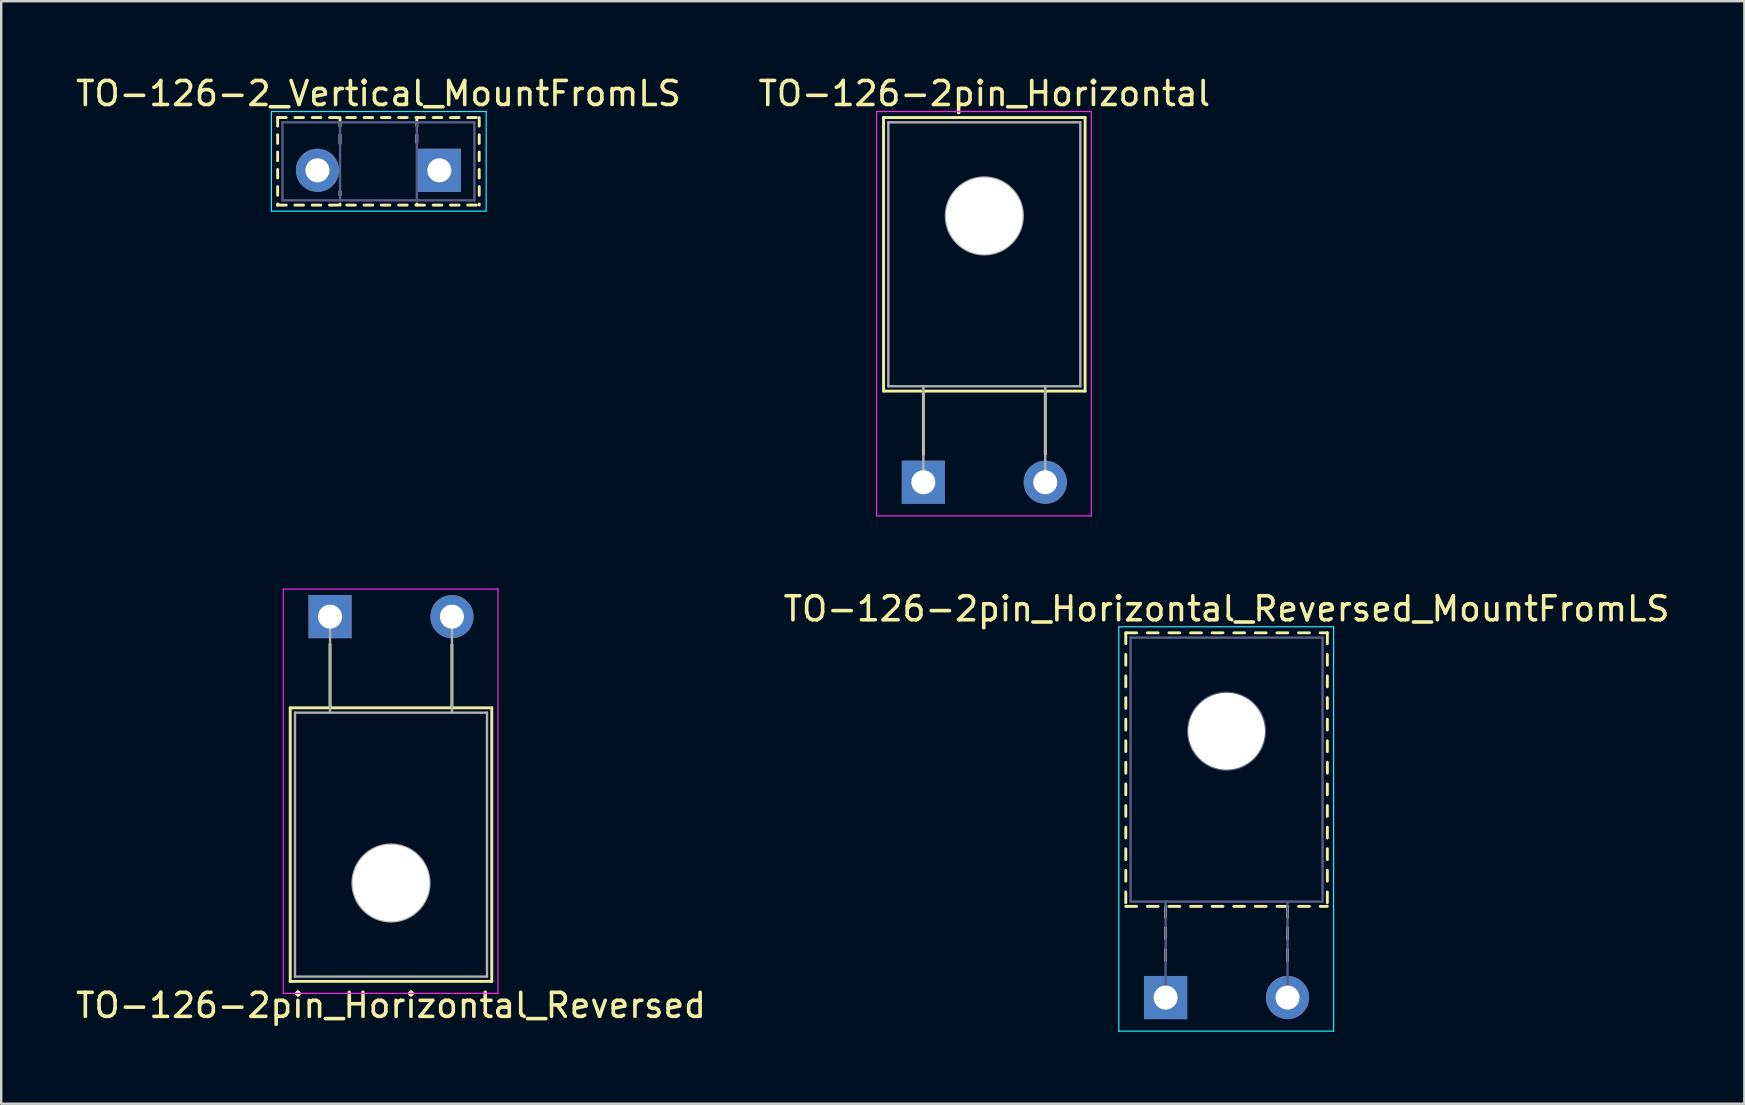
<source format=kicad_pcb>
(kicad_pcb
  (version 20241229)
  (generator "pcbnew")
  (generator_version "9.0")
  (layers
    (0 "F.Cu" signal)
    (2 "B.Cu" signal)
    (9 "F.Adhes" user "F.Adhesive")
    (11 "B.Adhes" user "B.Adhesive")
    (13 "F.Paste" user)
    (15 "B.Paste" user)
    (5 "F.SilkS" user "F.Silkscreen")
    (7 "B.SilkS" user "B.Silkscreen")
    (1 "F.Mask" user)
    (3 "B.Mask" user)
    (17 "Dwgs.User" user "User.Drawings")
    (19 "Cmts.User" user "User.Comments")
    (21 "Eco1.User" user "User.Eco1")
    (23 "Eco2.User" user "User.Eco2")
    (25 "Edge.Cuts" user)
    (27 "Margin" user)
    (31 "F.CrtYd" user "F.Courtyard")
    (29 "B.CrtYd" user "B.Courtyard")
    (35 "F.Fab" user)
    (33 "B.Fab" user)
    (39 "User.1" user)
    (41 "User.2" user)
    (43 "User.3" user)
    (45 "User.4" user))
  (footprint "TO-126-2_Vertical_MountFromLS"
    (layer "F.Cu")
    (at 15.26 4.048)
    (property "Reference" "TO-126-2_Vertical_MountFromLS" (at -2.54 -3.2 0) (layer "F.SilkS") (effects (font (size 1 1) (thickness 0.15))))
    (attr through_hole)
    (fp_line (start -6.74 -2.2) (end -6.74 -1.841) (stroke (width 0.12) (type solid)) (layer "F.SilkS"))
    (fp_line (start -6.74 -2.2) (end -6.38 -2.2) (stroke (width 0.12) (type solid)) (layer "F.SilkS"))
    (fp_line (start -6.74 -1.481) (end -6.74 -1.121) (stroke (width 0.12) (type solid)) (layer "F.SilkS"))
    (fp_line (start -6.74 -0.761) (end -6.74 -0.401) (stroke (width 0.12) (type solid)) (layer "F.SilkS"))
    (fp_line (start -6.74 -0.041) (end -6.74 0.32) (stroke (width 0.12) (type solid)) (layer "F.SilkS"))
    (fp_line (start -6.74 0.68) (end -6.74 1.04) (stroke (width 0.12) (type solid)) (layer "F.SilkS"))
    (fp_line (start -6.74 1.4) (end -6.74 1.45) (stroke (width 0.12) (type solid)) (layer "F.SilkS"))
    (fp_line (start -6.74 1.45) (end -6.38 1.45) (stroke (width 0.12) (type solid)) (layer "F.SilkS"))
    (fp_line (start -6.02 -2.2) (end -5.66 -2.2) (stroke (width 0.12) (type solid)) (layer "F.SilkS"))
    (fp_line (start -6.02 1.45) (end -5.66 1.45) (stroke (width 0.12) (type solid)) (layer "F.SilkS"))
    (fp_line (start -5.3 -2.2) (end -4.939 -2.2) (stroke (width 0.12) (type solid)) (layer "F.SilkS"))
    (fp_line (start -5.3 1.45) (end -4.939 1.45) (stroke (width 0.12) (type solid)) (layer "F.SilkS"))
    (fp_line (start -4.579 -2.2) (end -4.219 -2.2) (stroke (width 0.12) (type solid)) (layer "F.SilkS"))
    (fp_line (start -4.579 1.45) (end -4.219 1.45) (stroke (width 0.12) (type solid)) (layer "F.SilkS"))
    (fp_line (start -4.14 -2.2) (end -4.14 -1.841) (stroke (width 0.12) (type solid)) (layer "F.SilkS"))
    (fp_line (start -4.14 -1.481) (end -4.14 -1.121) (stroke (width 0.12) (type solid)) (layer "F.SilkS"))
    (fp_line (start -4.14 0.878) (end -4.14 1.04) (stroke (width 0.12) (type solid)) (layer "F.SilkS"))
    (fp_line (start -4.14 1.4) (end -4.14 1.45) (stroke (width 0.12) (type solid)) (layer "F.SilkS"))
    (fp_line (start -3.859 -2.2) (end -3.5 -2.2) (stroke (width 0.12) (type solid)) (layer "F.SilkS"))
    (fp_line (start -3.859 1.45) (end -3.5 1.45) (stroke (width 0.12) (type solid)) (layer "F.SilkS"))
    (fp_line (start -3.14 -2.2) (end -2.78 -2.2) (stroke (width 0.12) (type solid)) (layer "F.SilkS"))
    (fp_line (start -3.14 1.45) (end -2.78 1.45) (stroke (width 0.12) (type solid)) (layer "F.SilkS"))
    (fp_line (start -2.42 -2.2) (end -2.06 -2.2) (stroke (width 0.12) (type solid)) (layer "F.SilkS"))
    (fp_line (start -2.42 1.45) (end -2.06 1.45) (stroke (width 0.12) (type solid)) (layer "F.SilkS"))
    (fp_line (start -1.7 -2.2) (end -1.34 -2.2) (stroke (width 0.12) (type solid)) (layer "F.SilkS"))
    (fp_line (start -1.7 1.45) (end -1.34 1.45) (stroke (width 0.12) (type solid)) (layer "F.SilkS"))
    (fp_line (start -0.98 -2.2) (end -0.62 -2.2) (stroke (width 0.12) (type solid)) (layer "F.SilkS"))
    (fp_line (start -0.98 1.45) (end -0.62 1.45) (stroke (width 0.12) (type solid)) (layer "F.SilkS"))
    (fp_line (start -0.939 -2.2) (end -0.939 -1.841) (stroke (width 0.12) (type solid)) (layer "F.SilkS"))
    (fp_line (start -0.939 -1.481) (end -0.939 -1.15) (stroke (width 0.12) (type solid)) (layer "F.SilkS"))
    (fp_line (start -0.939 1.4) (end -0.939 1.45) (stroke (width 0.12) (type solid)) (layer "F.SilkS"))
    (fp_line (start -0.26 -2.2) (end 0.101 -2.2) (stroke (width 0.12) (type solid)) (layer "F.SilkS"))
    (fp_line (start -0.26 1.45) (end 0.101 1.45) (stroke (width 0.12) (type solid)) (layer "F.SilkS"))
    (fp_line (start 0.461 -2.2) (end 0.821 -2.2) (stroke (width 0.12) (type solid)) (layer "F.SilkS"))
    (fp_line (start 0.461 1.45) (end 0.821 1.45) (stroke (width 0.12) (type solid)) (layer "F.SilkS"))
    (fp_line (start 1.181 -2.2) (end 1.541 -2.2) (stroke (width 0.12) (type solid)) (layer "F.SilkS"))
    (fp_line (start 1.181 1.45) (end 1.541 1.45) (stroke (width 0.12) (type solid)) (layer "F.SilkS"))
    (fp_line (start 1.66 -2.2) (end 1.66 -1.841) (stroke (width 0.12) (type solid)) (layer "F.SilkS"))
    (fp_line (start 1.66 -1.481) (end 1.66 -1.121) (stroke (width 0.12) (type solid)) (layer "F.SilkS"))
    (fp_line (start 1.66 -0.761) (end 1.66 -0.401) (stroke (width 0.12) (type solid)) (layer "F.SilkS"))
    (fp_line (start 1.66 -0.041) (end 1.66 0.32) (stroke (width 0.12) (type solid)) (layer "F.SilkS"))
    (fp_line (start 1.66 0.68) (end 1.66 1.04) (stroke (width 0.12) (type solid)) (layer "F.SilkS"))
    (fp_line (start 1.66 1.4) (end 1.66 1.45) (stroke (width 0.12) (type solid)) (layer "F.SilkS"))
    (fp_line (start -7 -2.45) (end -7 1.7) (stroke (width 0.05) (type solid)) (layer "B.CrtYd"))
    (fp_line (start -7 1.7) (end 1.95 1.7) (stroke (width 0.05) (type solid)) (layer "B.CrtYd"))
    (fp_line (start 1.95 -2.45) (end -7 -2.45) (stroke (width 0.05) (type solid)) (layer "B.CrtYd"))
    (fp_line (start 1.95 1.7) (end 1.95 -2.45) (stroke (width 0.05) (type solid)) (layer "B.CrtYd"))
    (fp_line (start -6.54 -2) (end -6.54 1.25) (stroke (width 0.1) (type solid)) (layer "B.Fab"))
    (fp_line (start -6.54 1.25) (end 1.46 1.25) (stroke (width 0.1) (type solid)) (layer "B.Fab"))
    (fp_line (start -4.14 -2) (end -4.14 1.25) (stroke (width 0.1) (type solid)) (layer "B.Fab"))
    (fp_line (start -0.94 -2) (end -0.94 1.25) (stroke (width 0.1) (type solid)) (layer "B.Fab"))
    (fp_line (start 1.46 -2) (end -6.54 -2) (stroke (width 0.1) (type solid)) (layer "B.Fab"))
    (fp_line (start 1.46 1.25) (end 1.46 -2) (stroke (width 0.1) (type solid)) (layer "B.Fab"))
    (pad "1" thru_hole rect (at 0 0) (size 1.8 1.8) (drill 1) (layers "*.Cu" "*.Mask"))
    (pad "2" thru_hole oval (at -5.08 0) (size 1.8 1.8) (drill 1) (layers "*.Cu" "*.Mask")))
  (footprint "TO-126-2pin_Horizontal"
    (layer "F.Cu")
    (at 35.43 17.048)
    (property "Reference" "TO-126-2pin_Horizontal" (at 2.54 -16.2 0) (layer "F.SilkS") (effects (font (size 1 1) (thickness 0.15))))
    (attr through_hole)
    (fp_line (start -1.66 -15.2) (end -1.66 -3.8) (stroke (width 0.12) (type solid)) (layer "F.SilkS"))
    (fp_line (start -1.66 -15.2) (end 6.74 -15.2) (stroke (width 0.12) (type solid)) (layer "F.SilkS"))
    (fp_line (start -1.66 -3.8) (end 6.74 -3.8) (stroke (width 0.12) (type solid)) (layer "F.SilkS"))
    (fp_line (start 0 -3.8) (end 0 -1.15) (stroke (width 0.12) (type solid)) (layer "F.SilkS"))
    (fp_line (start 5.08 -3.8) (end 5.08 -1.165) (stroke (width 0.12) (type solid)) (layer "F.SilkS"))
    (fp_line (start 6.74 -15.2) (end 6.74 -3.8) (stroke (width 0.12) (type solid)) (layer "F.SilkS"))
    (fp_line (start -1.95 -15.45) (end -1.95 1.4) (stroke (width 0.05) (type solid)) (layer "F.CrtYd"))
    (fp_line (start -1.95 1.4) (end 7 1.4) (stroke (width 0.05) (type solid)) (layer "F.CrtYd"))
    (fp_line (start 7 -15.45) (end -1.95 -15.45) (stroke (width 0.05) (type solid)) (layer "F.CrtYd"))
    (fp_line (start 7 1.4) (end 7 -15.45) (stroke (width 0.05) (type solid)) (layer "F.CrtYd"))
    (fp_line (start -1.46 -15) (end 6.54 -15) (stroke (width 0.1) (type solid)) (layer "F.Fab"))
    (fp_line (start -1.46 -4) (end -1.46 -15) (stroke (width 0.1) (type solid)) (layer "F.Fab"))
    (fp_line (start 0 -4) (end 0 0) (stroke (width 0.1) (type solid)) (layer "F.Fab"))
    (fp_line (start 5.08 -4) (end 5.08 0) (stroke (width 0.1) (type solid)) (layer "F.Fab"))
    (fp_line (start 6.54 -15) (end 6.54 -4) (stroke (width 0.1) (type solid)) (layer "F.Fab"))
    (fp_line (start 6.54 -4) (end -1.46 -4) (stroke (width 0.1) (type solid)) (layer "F.Fab"))
    (fp_circle (center 2.54 -11.1) (end 4.14 -11.1) (stroke (width 0.1) (type solid)) (fill no) (layer "F.Fab"))
    (pad "" np_thru_hole oval (at 2.54 -11.1) (size 3.2 3.2) (drill 3.2) (layers "*.Cu" "*.Mask"))
    (pad "1" thru_hole rect (at 0 0) (size 1.8 1.8) (drill 1) (layers "*.Cu" "*.Mask"))
    (pad "2" thru_hole oval (at 5.08 0) (size 1.8 1.8) (drill 1) (layers "*.Cu" "*.Mask")))
  (footprint "TO-126-2pin_Horizontal_Reversed"
    (layer "F.Cu")
    (at 10.704 22.648)
    (property "Reference" "TO-126-2pin_Horizontal_Reversed" (at 2.54 16.2 0) (layer "F.SilkS") (effects (font (size 1 1) (thickness 0.15))))
    (attr through_hole)
    (fp_line (start -1.66 3.8) (end -1.66 15.2) (stroke (width 0.12) (type solid)) (layer "F.SilkS"))
    (fp_line (start -1.66 3.8) (end 6.74 3.8) (stroke (width 0.12) (type solid)) (layer "F.SilkS"))
    (fp_line (start -1.66 15.2) (end 6.74 15.2) (stroke (width 0.12) (type solid)) (layer "F.SilkS"))
    (fp_line (start 0 1.15) (end 0 3.8) (stroke (width 0.12) (type solid)) (layer "F.SilkS"))
    (fp_line (start 5.08 1.165) (end 5.08 3.8) (stroke (width 0.12) (type solid)) (layer "F.SilkS"))
    (fp_line (start 6.74 3.8) (end 6.74 15.2) (stroke (width 0.12) (type solid)) (layer "F.SilkS"))
    (fp_line (start -1.95 -1.15) (end -1.95 15.7) (stroke (width 0.05) (type solid)) (layer "F.CrtYd"))
    (fp_line (start -1.95 15.7) (end 7 15.7) (stroke (width 0.05) (type solid)) (layer "F.CrtYd"))
    (fp_line (start 7 -1.15) (end -1.95 -1.15) (stroke (width 0.05) (type solid)) (layer "F.CrtYd"))
    (fp_line (start 7 15.7) (end 7 -1.15) (stroke (width 0.05) (type solid)) (layer "F.CrtYd"))
    (fp_line (start -1.46 4) (end -1.46 15) (stroke (width 0.1) (type solid)) (layer "F.Fab"))
    (fp_line (start -1.46 15) (end 6.54 15) (stroke (width 0.1) (type solid)) (layer "F.Fab"))
    (fp_line (start 0 4) (end 0 0) (stroke (width 0.1) (type solid)) (layer "F.Fab"))
    (fp_line (start 5.08 4) (end 5.08 0) (stroke (width 0.1) (type solid)) (layer "F.Fab"))
    (fp_line (start 6.54 4) (end -1.46 4) (stroke (width 0.1) (type solid)) (layer "F.Fab"))
    (fp_line (start 6.54 15) (end 6.54 4) (stroke (width 0.1) (type solid)) (layer "F.Fab"))
    (fp_circle (center 2.54 11.1) (end 4.14 11.1) (stroke (width 0.1) (type solid)) (fill no) (layer "F.Fab"))
    (pad "" np_thru_hole oval (at 2.54 11.1) (size 3.2 3.2) (drill 3.2) (layers "*.Cu" "*.Mask"))
    (pad "1" thru_hole rect (at 0 0) (size 1.8 1.8) (drill 1) (layers "*.Cu" "*.Mask"))
    (pad "2" thru_hole oval (at 5.08 0) (size 1.8 1.8) (drill 1) (layers "*.Cu" "*.Mask")))
  (footprint "TO-126-2pin_Horizontal_Reversed_MountFromLS"
    (layer "F.Cu")
    (at 45.525 38.522)
    (property "Reference" "TO-126-2pin_Horizontal_Reversed_MountFromLS" (at 2.54 -16.2 0) (layer "F.SilkS") (effects (font (size 1 1) (thickness 0.15))))
    (attr through_hole)
    (fp_line (start -1.66 -15.2) (end -1.66 -14.75) (stroke (width 0.12) (type solid)) (layer "F.SilkS"))
    (fp_line (start -1.66 -15.2) (end -1.21 -15.2) (stroke (width 0.12) (type solid)) (layer "F.SilkS"))
    (fp_line (start -1.66 -14.3) (end -1.66 -13.851) (stroke (width 0.12) (type solid)) (layer "F.SilkS"))
    (fp_line (start -1.66 -13.401) (end -1.66 -12.951) (stroke (width 0.12) (type solid)) (layer "F.SilkS"))
    (fp_line (start -1.66 -12.501) (end -1.66 -12.051) (stroke (width 0.12) (type solid)) (layer "F.SilkS"))
    (fp_line (start -1.66 -11.601) (end -1.66 -11.151) (stroke (width 0.12) (type solid)) (layer "F.SilkS"))
    (fp_line (start -1.66 -10.701) (end -1.66 -10.251) (stroke (width 0.12) (type solid)) (layer "F.SilkS"))
    (fp_line (start -1.66 -9.801) (end -1.66 -9.351) (stroke (width 0.12) (type solid)) (layer "F.SilkS"))
    (fp_line (start -1.66 -8.901) (end -1.66 -8.451) (stroke (width 0.12) (type solid)) (layer "F.SilkS"))
    (fp_line (start -1.66 -8.001) (end -1.66 -7.551) (stroke (width 0.12) (type solid)) (layer "F.SilkS"))
    (fp_line (start -1.66 -7.101) (end -1.66 -6.651) (stroke (width 0.12) (type solid)) (layer "F.SilkS"))
    (fp_line (start -1.66 -6.201) (end -1.66 -5.751) (stroke (width 0.12) (type solid)) (layer "F.SilkS"))
    (fp_line (start -1.66 -5.301) (end -1.66 -4.851) (stroke (width 0.12) (type solid)) (layer "F.SilkS"))
    (fp_line (start -1.66 -4.401) (end -1.66 -3.951) (stroke (width 0.12) (type solid)) (layer "F.SilkS"))
    (fp_line (start -1.66 -3.8) (end -1.21 -3.8) (stroke (width 0.12) (type solid)) (layer "F.SilkS"))
    (fp_line (start -0.76 -15.2) (end -0.311 -15.2) (stroke (width 0.12) (type solid)) (layer "F.SilkS"))
    (fp_line (start -0.76 -3.8) (end -0.311 -3.8) (stroke (width 0.12) (type solid)) (layer "F.SilkS"))
    (fp_line (start 0 -3.8) (end 0 -3.35) (stroke (width 0.12) (type solid)) (layer "F.SilkS"))
    (fp_line (start 0 -2.9) (end 0 -2.45) (stroke (width 0.12) (type solid)) (layer "F.SilkS"))
    (fp_line (start 0 -2) (end 0 -1.55) (stroke (width 0.12) (type solid)) (layer "F.SilkS"))
    (fp_line (start 0.14 -15.2) (end 0.59 -15.2) (stroke (width 0.12) (type solid)) (layer "F.SilkS"))
    (fp_line (start 0.14 -3.8) (end 0.59 -3.8) (stroke (width 0.12) (type solid)) (layer "F.SilkS"))
    (fp_line (start 1.04 -15.2) (end 1.49 -15.2) (stroke (width 0.12) (type solid)) (layer "F.SilkS"))
    (fp_line (start 1.04 -3.8) (end 1.49 -3.8) (stroke (width 0.12) (type solid)) (layer "F.SilkS"))
    (fp_line (start 1.94 -15.2) (end 2.39 -15.2) (stroke (width 0.12) (type solid)) (layer "F.SilkS"))
    (fp_line (start 1.94 -3.8) (end 2.39 -3.8) (stroke (width 0.12) (type solid)) (layer "F.SilkS"))
    (fp_line (start 2.84 -15.2) (end 3.29 -15.2) (stroke (width 0.12) (type solid)) (layer "F.SilkS"))
    (fp_line (start 2.84 -3.8) (end 3.29 -3.8) (stroke (width 0.12) (type solid)) (layer "F.SilkS"))
    (fp_line (start 3.74 -15.2) (end 4.19 -15.2) (stroke (width 0.12) (type solid)) (layer "F.SilkS"))
    (fp_line (start 3.74 -3.8) (end 4.19 -3.8) (stroke (width 0.12) (type solid)) (layer "F.SilkS"))
    (fp_line (start 4.641 -15.2) (end 5.091 -15.2) (stroke (width 0.12) (type solid)) (layer "F.SilkS"))
    (fp_line (start 4.641 -3.8) (end 5.091 -3.8) (stroke (width 0.12) (type solid)) (layer "F.SilkS"))
    (fp_line (start 5.08 -3.8) (end 5.08 -3.35) (stroke (width 0.12) (type solid)) (layer "F.SilkS"))
    (fp_line (start 5.08 -2.9) (end 5.08 -2.45) (stroke (width 0.12) (type solid)) (layer "F.SilkS"))
    (fp_line (start 5.08 -2) (end 5.08 -1.55) (stroke (width 0.12) (type solid)) (layer "F.SilkS"))
    (fp_line (start 5.541 -15.2) (end 5.991 -15.2) (stroke (width 0.12) (type solid)) (layer "F.SilkS"))
    (fp_line (start 5.541 -3.8) (end 5.991 -3.8) (stroke (width 0.12) (type solid)) (layer "F.SilkS"))
    (fp_line (start 6.441 -15.2) (end 6.74 -15.2) (stroke (width 0.12) (type solid)) (layer "F.SilkS"))
    (fp_line (start 6.441 -3.8) (end 6.74 -3.8) (stroke (width 0.12) (type solid)) (layer "F.SilkS"))
    (fp_line (start 6.74 -15.2) (end 6.74 -14.75) (stroke (width 0.12) (type solid)) (layer "F.SilkS"))
    (fp_line (start 6.74 -14.3) (end 6.74 -13.851) (stroke (width 0.12) (type solid)) (layer "F.SilkS"))
    (fp_line (start 6.74 -13.401) (end 6.74 -12.951) (stroke (width 0.12) (type solid)) (layer "F.SilkS"))
    (fp_line (start 6.74 -12.501) (end 6.74 -12.051) (stroke (width 0.12) (type solid)) (layer "F.SilkS"))
    (fp_line (start 6.74 -11.601) (end 6.74 -11.151) (stroke (width 0.12) (type solid)) (layer "F.SilkS"))
    (fp_line (start 6.74 -10.701) (end 6.74 -10.251) (stroke (width 0.12) (type solid)) (layer "F.SilkS"))
    (fp_line (start 6.74 -9.801) (end 6.74 -9.351) (stroke (width 0.12) (type solid)) (layer "F.SilkS"))
    (fp_line (start 6.74 -8.901) (end 6.74 -8.451) (stroke (width 0.12) (type solid)) (layer "F.SilkS"))
    (fp_line (start 6.74 -8.001) (end 6.74 -7.551) (stroke (width 0.12) (type solid)) (layer "F.SilkS"))
    (fp_line (start 6.74 -7.101) (end 6.74 -6.651) (stroke (width 0.12) (type solid)) (layer "F.SilkS"))
    (fp_line (start 6.74 -6.201) (end 6.74 -5.751) (stroke (width 0.12) (type solid)) (layer "F.SilkS"))
    (fp_line (start 6.74 -5.301) (end 6.74 -4.851) (stroke (width 0.12) (type solid)) (layer "F.SilkS"))
    (fp_line (start 6.74 -4.401) (end 6.74 -3.951) (stroke (width 0.12) (type solid)) (layer "F.SilkS"))
    (fp_line (start -1.95 -15.45) (end -1.95 1.4) (stroke (width 0.05) (type solid)) (layer "B.CrtYd"))
    (fp_line (start -1.95 1.4) (end 7 1.4) (stroke (width 0.05) (type solid)) (layer "B.CrtYd"))
    (fp_line (start 7 -15.45) (end -1.95 -15.45) (stroke (width 0.05) (type solid)) (layer "B.CrtYd"))
    (fp_line (start 7 1.4) (end 7 -15.45) (stroke (width 0.05) (type solid)) (layer "B.CrtYd"))
    (fp_line (start -1.46 -15) (end 6.54 -15) (stroke (width 0.1) (type solid)) (layer "B.Fab"))
    (fp_line (start -1.46 -4) (end -1.46 -15) (stroke (width 0.1) (type solid)) (layer "B.Fab"))
    (fp_line (start 0 -4) (end 0 0) (stroke (width 0.1) (type solid)) (layer "B.Fab"))
    (fp_line (start 5.08 -4) (end 5.08 0) (stroke (width 0.1) (type solid)) (layer "B.Fab"))
    (fp_line (start 6.54 -15) (end 6.54 -4) (stroke (width 0.1) (type solid)) (layer "B.Fab"))
    (fp_line (start 6.54 -4) (end -1.46 -4) (stroke (width 0.1) (type solid)) (layer "B.Fab"))
    (fp_circle (center 2.54 -11.1) (end 4.14 -11.1) (stroke (width 0.1) (type solid)) (fill no) (layer "B.Fab"))
    (pad "" np_thru_hole oval (at 2.54 -11.1) (size 3.2 3.2) (drill 3.2) (layers "*.Cu" "*.Mask"))
    (pad "1" thru_hole rect (at 0 0) (size 1.8 1.8) (drill 1) (layers "*.Cu" "*.Mask"))
    (pad "2" thru_hole oval (at 5.08 0) (size 1.8 1.8) (drill 1) (layers "*.Cu" "*.Mask")))
  (gr_rect
    (start -3 -3)
    (end 69.643 42.947)
    (stroke (width 0.1) (type default))
    (fill no)
    (layer "Edge.Cuts")))
</source>
